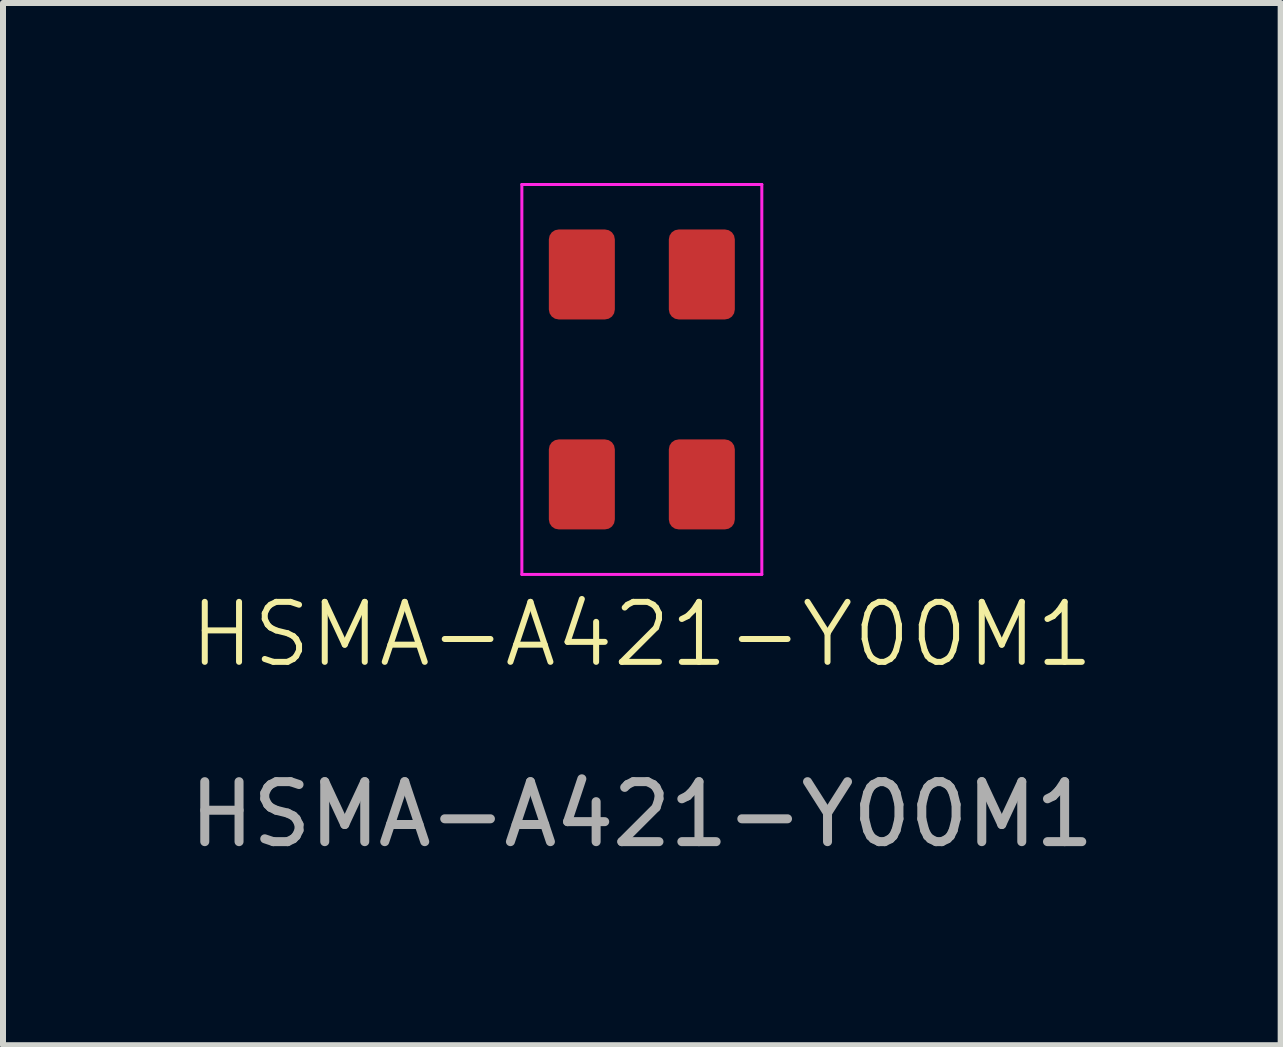
<source format=kicad_pcb>
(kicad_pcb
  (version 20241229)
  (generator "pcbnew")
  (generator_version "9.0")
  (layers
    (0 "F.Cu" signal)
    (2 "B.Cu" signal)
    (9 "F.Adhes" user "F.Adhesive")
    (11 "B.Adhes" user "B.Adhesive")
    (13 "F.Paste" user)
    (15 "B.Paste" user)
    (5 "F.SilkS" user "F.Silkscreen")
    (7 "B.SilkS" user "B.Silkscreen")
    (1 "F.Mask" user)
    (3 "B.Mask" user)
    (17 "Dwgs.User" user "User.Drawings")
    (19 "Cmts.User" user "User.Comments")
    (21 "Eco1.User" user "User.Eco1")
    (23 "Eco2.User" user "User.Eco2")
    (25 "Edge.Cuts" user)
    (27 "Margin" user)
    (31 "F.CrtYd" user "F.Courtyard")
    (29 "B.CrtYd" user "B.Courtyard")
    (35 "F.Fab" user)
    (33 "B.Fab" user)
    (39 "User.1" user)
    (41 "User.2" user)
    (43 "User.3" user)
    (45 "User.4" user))
  (footprint "HSMA-A421-Y00M1"
    (layer "F.Cu")
    (at 7.649 8.025)
    (property "Reference" "HSMA-A421-Y00M1" (at 0 -0.5 0) (unlocked yes) (layer "F.SilkS") (effects (font (size 1 1) (thickness 0.1))))
    (attr smd)
    (fp_line (start -2 -8) (end -2 -1.5) (stroke (width 0.05) (type default)) (layer "F.CrtYd"))
    (fp_line (start -2 -1.5) (end 2 -1.5) (stroke (width 0.05) (type default)) (layer "F.CrtYd"))
    (fp_line (start 2 -8) (end -2 -8) (stroke (width 0.05) (type default)) (layer "F.CrtYd"))
    (fp_line (start 2 -1.5) (end 2 -8) (stroke (width 0.05) (type default)) (layer "F.CrtYd"))
    (fp_text user "${REFERENCE}" (at 0 2.5 0) (unlocked yes) (layer "F.Fab") (effects (font (size 1 1) (thickness 0.15))))
    (pad "1" smd roundrect (at -1 -6.5 90) (size 1.5 1.1) (layers "F.Cu" "F.Mask" "F.Paste") (roundrect_rratio 0.15))
    (pad "2" smd roundrect (at -1 -3 90) (size 1.5 1.1) (layers "F.Cu" "F.Mask" "F.Paste") (roundrect_rratio 0.15))
    (pad "2" smd roundrect (at 1 -6.5 90) (size 1.5 1.1) (layers "F.Cu" "F.Mask" "F.Paste") (roundrect_rratio 0.15))
    (pad "2" smd roundrect (at 1 -3 90) (size 1.5 1.1) (layers "F.Cu" "F.Mask" "F.Paste") (roundrect_rratio 0.15)))
  (gr_rect
    (start -3 -3)
    (end 18.298 14.373)
    (stroke (width 0.1) (type default))
    (fill no)
    (layer "Edge.Cuts")))
</source>
